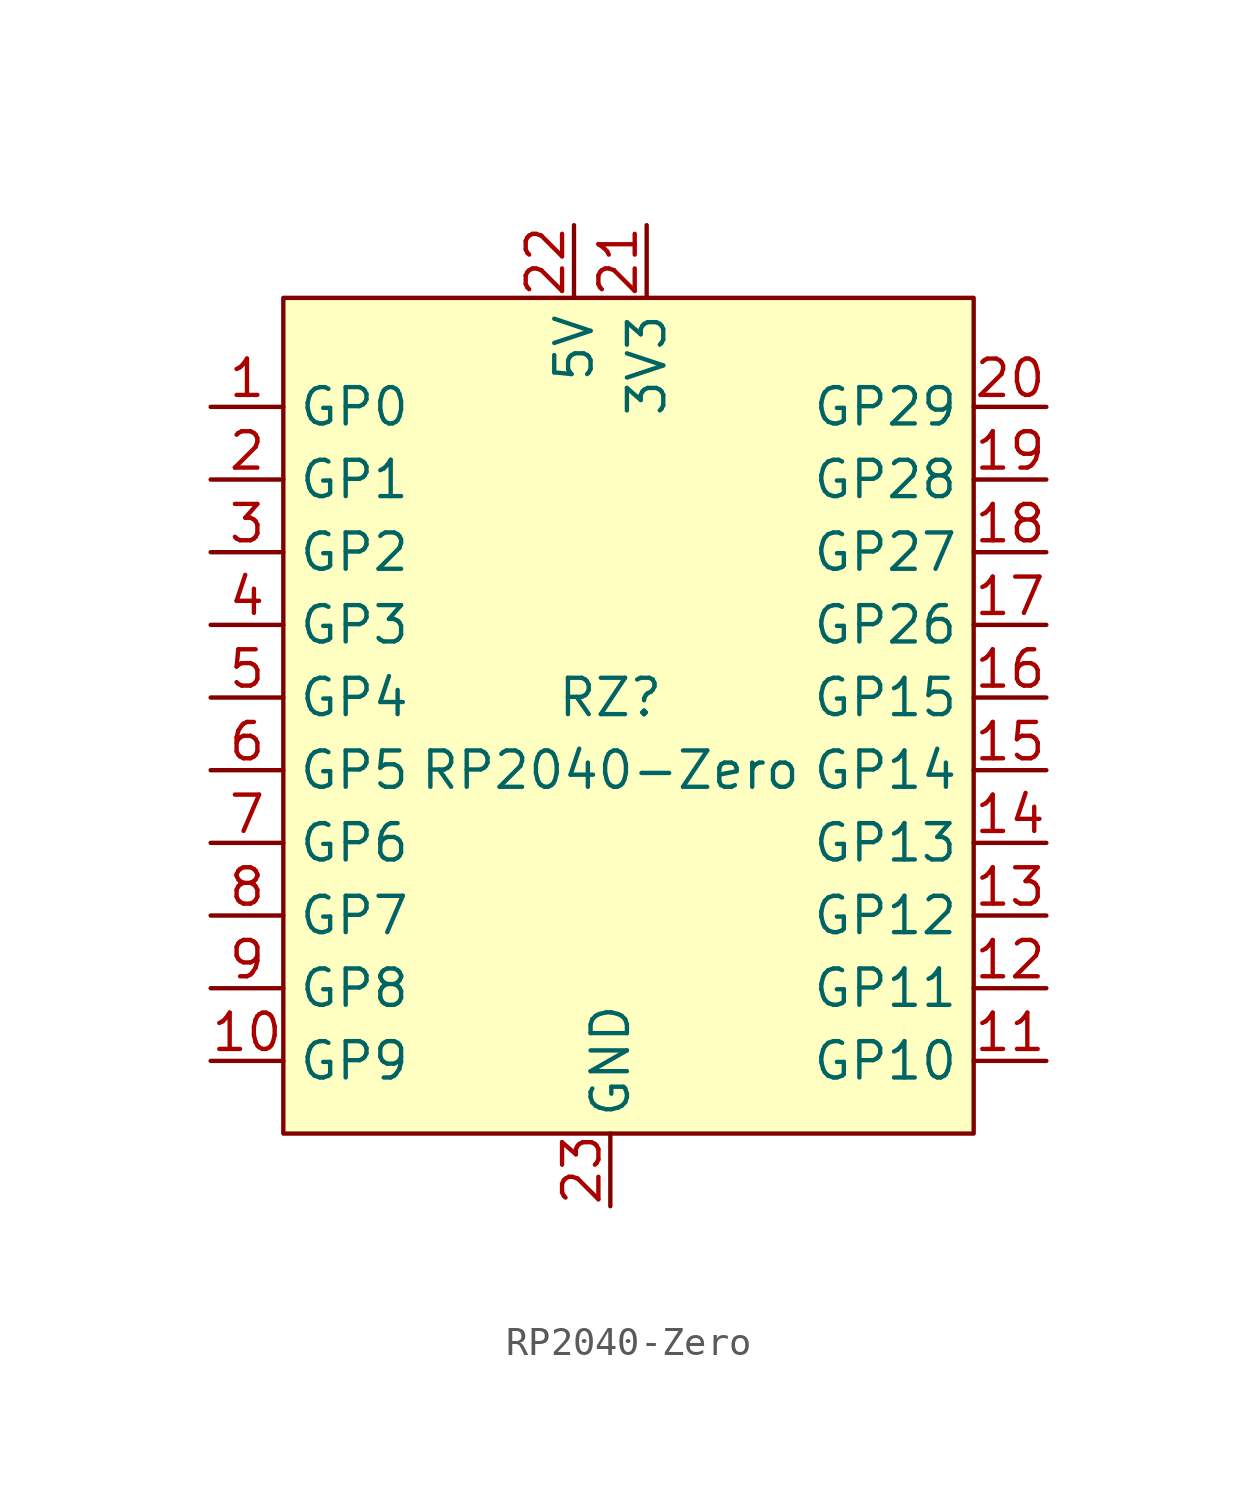
<source format=kicad_sym>
(kicad_symbol_lib
  (version 20220914)
  (generator kicad_symbol_editor)
  (symbol "RP2040-Zero"
    (property "Reference" "RZ"
      (at 0 0 0)
      (effects (font (size 1.27 1.27))))
    (property "Value" "RP2040-Zero"
      (at 0 -2.54 0)
      (effects (font (size 1.27 1.27))))
    (symbol "RP2040-Zero_0_1"
      (rectangle (start -11.43 -15.24) (end 12.7 13.97) (stroke (width 0) (type default)) (fill (type background))))
    (symbol "RP2040-Zero_1_1"
      (pin bidirectional line (at -13.97 10.16 0) (length 2.54) (name "GP0" (effects (font (size 1.27 1.27)))) (number "1" (effects (font (size 1.27 1.27)))))
      (pin bidirectional line (at -13.97 -12.7 0) (length 2.54) (name "GP9" (effects (font (size 1.27 1.27)))) (number "10" (effects (font (size 1.27 1.27)))))
      (pin bidirectional line (at 15.24 -12.7 180) (length 2.54) (name "GP10" (effects (font (size 1.27 1.27)))) (number "11" (effects (font (size 1.27 1.27)))))
      (pin bidirectional line (at 15.24 -10.16 180) (length 2.54) (name "GP11" (effects (font (size 1.27 1.27)))) (number "12" (effects (font (size 1.27 1.27)))))
      (pin bidirectional line (at 15.24 -7.62 180) (length 2.54) (name "GP12" (effects (font (size 1.27 1.27)))) (number "13" (effects (font (size 1.27 1.27)))))
      (pin bidirectional line (at 15.24 -5.08 180) (length 2.54) (name "GP13" (effects (font (size 1.27 1.27)))) (number "14" (effects (font (size 1.27 1.27)))))
      (pin bidirectional line (at 15.24 -2.54 180) (length 2.54) (name "GP14" (effects (font (size 1.27 1.27)))) (number "15" (effects (font (size 1.27 1.27)))))
      (pin bidirectional line (at 15.24 0 180) (length 2.54) (name "GP15" (effects (font (size 1.27 1.27)))) (number "16" (effects (font (size 1.27 1.27)))))
      (pin bidirectional line (at 15.24 2.54 180) (length 2.54) (name "GP26" (effects (font (size 1.27 1.27)))) (number "17" (effects (font (size 1.27 1.27)))))
      (pin bidirectional line (at 15.24 5.08 180) (length 2.54) (name "GP27" (effects (font (size 1.27 1.27)))) (number "18" (effects (font (size 1.27 1.27)))))
      (pin bidirectional line (at 15.24 7.62 180) (length 2.54) (name "GP28" (effects (font (size 1.27 1.27)))) (number "19" (effects (font (size 1.27 1.27)))))
      (pin bidirectional line (at -13.97 7.62 0) (length 2.54) (name "GP1" (effects (font (size 1.27 1.27)))) (number "2" (effects (font (size 1.27 1.27)))))
      (pin bidirectional line (at 15.24 10.16 180) (length 2.54) (name "GP29" (effects (font (size 1.27 1.27)))) (number "20" (effects (font (size 1.27 1.27)))))
      (pin power_in line (at 1.27 16.51 270) (length 2.54) (name "3V3" (effects (font (size 1.27 1.27)))) (number "21" (effects (font (size 1.27 1.27)))))
      (pin power_in line (at -1.27 16.51 270) (length 2.54) (name "5V" (effects (font (size 1.27 1.27)))) (number "22" (effects (font (size 1.27 1.27)))))
      (pin power_in line (at 0 -17.78 90) (length 2.54) (name "GND" (effects (font (size 1.27 1.27)))) (number "23" (effects (font (size 1.27 1.27)))))
      (pin bidirectional line (at -13.97 5.08 0) (length 2.54) (name "GP2" (effects (font (size 1.27 1.27)))) (number "3" (effects (font (size 1.27 1.27)))))
      (pin bidirectional line (at -13.97 2.54 0) (length 2.54) (name "GP3" (effects (font (size 1.27 1.27)))) (number "4" (effects (font (size 1.27 1.27)))))
      (pin bidirectional line (at -13.97 0 0) (length 2.54) (name "GP4" (effects (font (size 1.27 1.27)))) (number "5" (effects (font (size 1.27 1.27)))))
      (pin bidirectional line (at -13.97 -2.54 0) (length 2.54) (name "GP5" (effects (font (size 1.27 1.27)))) (number "6" (effects (font (size 1.27 1.27)))))
      (pin bidirectional line (at -13.97 -5.08 0) (length 2.54) (name "GP6" (effects (font (size 1.27 1.27)))) (number "7" (effects (font (size 1.27 1.27)))))
      (pin bidirectional line (at -13.97 -7.62 0) (length 2.54) (name "GP7" (effects (font (size 1.27 1.27)))) (number "8" (effects (font (size 1.27 1.27)))))
      (pin bidirectional line (at -13.97 -10.16 0) (length 2.54) (name "GP8" (effects (font (size 1.27 1.27)))) (number "9" (effects (font (size 1.27 1.27))))))))
</source>
